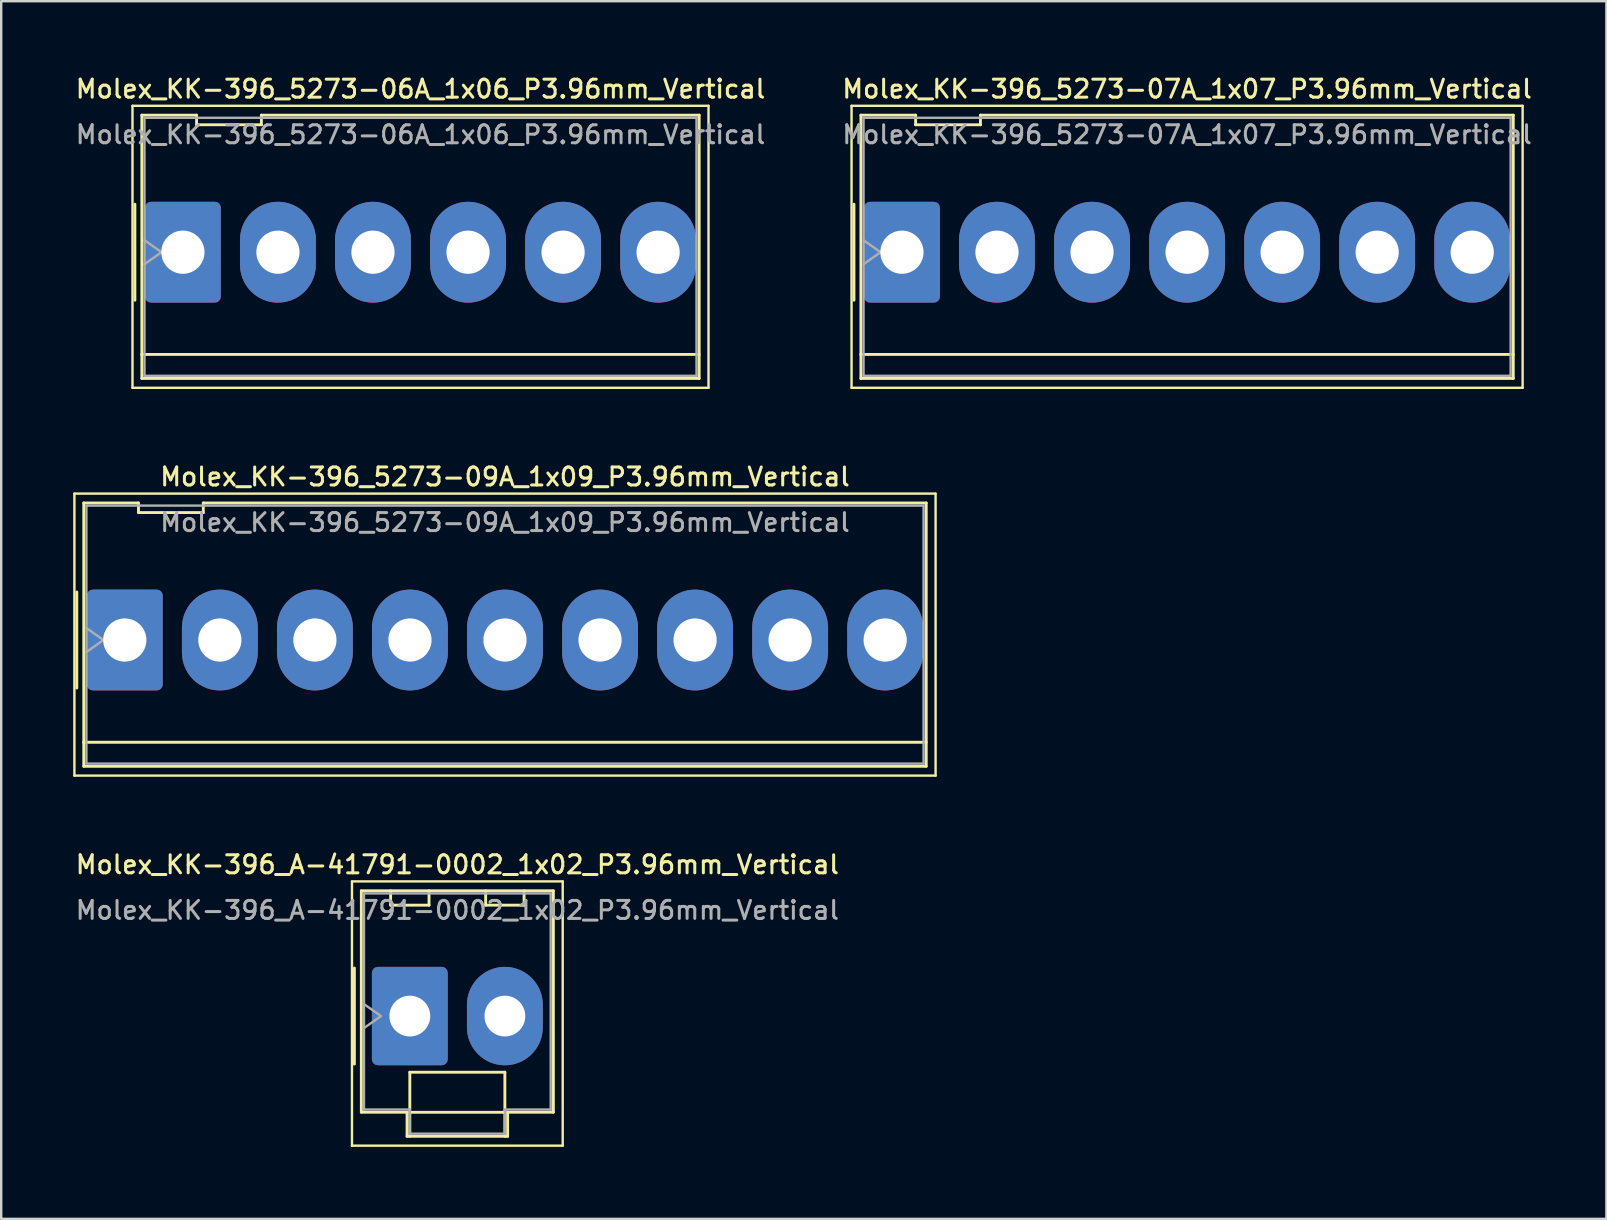
<source format=kicad_pcb>
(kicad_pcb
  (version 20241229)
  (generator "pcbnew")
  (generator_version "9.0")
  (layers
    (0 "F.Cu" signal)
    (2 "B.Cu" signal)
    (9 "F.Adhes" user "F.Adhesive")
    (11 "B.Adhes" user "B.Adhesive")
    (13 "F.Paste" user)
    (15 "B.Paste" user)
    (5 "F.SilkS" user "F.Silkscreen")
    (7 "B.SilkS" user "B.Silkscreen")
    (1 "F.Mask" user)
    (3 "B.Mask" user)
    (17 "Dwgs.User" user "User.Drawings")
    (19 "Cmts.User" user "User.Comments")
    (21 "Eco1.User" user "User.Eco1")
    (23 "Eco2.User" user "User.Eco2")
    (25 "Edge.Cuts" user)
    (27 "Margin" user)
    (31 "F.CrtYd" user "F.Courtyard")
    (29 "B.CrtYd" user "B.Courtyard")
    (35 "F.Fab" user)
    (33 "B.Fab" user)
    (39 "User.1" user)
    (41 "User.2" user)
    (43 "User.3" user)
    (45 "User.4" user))
  (footprint "Molex_KK-396_5273-09A_1x09_P3.96mm_Vertical"
    (layer "F.Cu")
    (at 2.15 23.616)
    (property "Reference" "Molex_KK-396_5273-09A_1x09_P3.96mm_Vertical" (at 15.84 -6.8 0) (layer "F.SilkS") (effects (font (size 0.75 0.75) (thickness 0.125))))
    (attr through_hole)
    (fp_line (start -2.1 -6.1) (end -2.1 5.65) (stroke (width 0.1) (type solid)) (layer "F.SilkS"))
    (fp_line (start -2.1 5.65) (end 33.78 5.65) (stroke (width 0.1) (type solid)) (layer "F.SilkS"))
    (fp_line (start -2 -2) (end -2 2) (stroke (width 0.12) (type solid)) (layer "F.SilkS"))
    (fp_line (start -1.71 -5.71) (end 0.57 -5.71) (stroke (width 0.12) (type solid)) (layer "F.SilkS"))
    (fp_line (start -1.71 4.26) (end -1.71 -5.71) (stroke (width 0.12) (type solid)) (layer "F.SilkS"))
    (fp_line (start -1.71 4.26) (end 33.39 4.26) (stroke (width 0.12) (type solid)) (layer "F.SilkS"))
    (fp_line (start -1.71 5.26) (end -1.71 4.26) (stroke (width 0.12) (type solid)) (layer "F.SilkS"))
    (fp_line (start 0.57 -5.71) (end 0.57 -5.31) (stroke (width 0.12) (type solid)) (layer "F.SilkS"))
    (fp_line (start 0.57 -5.31) (end 3.27 -5.31) (stroke (width 0.12) (type solid)) (layer "F.SilkS"))
    (fp_line (start 3.27 -5.71) (end 33.39 -5.71) (stroke (width 0.12) (type solid)) (layer "F.SilkS"))
    (fp_line (start 3.27 -5.31) (end 3.27 -5.71) (stroke (width 0.12) (type solid)) (layer "F.SilkS"))
    (fp_line (start 33.39 -5.71) (end 33.39 5.26) (stroke (width 0.12) (type solid)) (layer "F.SilkS"))
    (fp_line (start 33.39 5.26) (end -1.71 5.26) (stroke (width 0.12) (type solid)) (layer "F.SilkS"))
    (fp_line (start 33.78 -6.1) (end -2.1 -6.1) (stroke (width 0.1) (type solid)) (layer "F.SilkS"))
    (fp_line (start 33.78 5.65) (end 33.78 -6.1) (stroke (width 0.1) (type solid)) (layer "F.SilkS"))
    (fp_line (start -1.6 -5.6) (end 33.28 -5.6) (stroke (width 0.1) (type solid)) (layer "F.Fab"))
    (fp_line (start -1.6 -0.5) (end -0.893 0) (stroke (width 0.1) (type solid)) (layer "F.Fab"))
    (fp_line (start -1.6 5.15) (end -1.6 -5.6) (stroke (width 0.1) (type solid)) (layer "F.Fab"))
    (fp_line (start -0.893 0) (end -1.6 0.5) (stroke (width 0.1) (type solid)) (layer "F.Fab"))
    (fp_line (start 33.28 -5.6) (end 33.28 5.15) (stroke (width 0.1) (type solid)) (layer "F.Fab"))
    (fp_line (start 33.28 5.15) (end -1.6 5.15) (stroke (width 0.1) (type solid)) (layer "F.Fab"))
    (fp_text user "${REFERENCE}" (at 15.84 -4.9 0) (layer "F.Fab") (effects (font (size 0.75 0.75) (thickness 0.125))))
    (pad "1" thru_hole roundrect (at 0 0) (size 3.16 4.2) (drill 1.8) (layers "*.Cu" "*.Mask") (roundrect_rratio 0.079))
    (pad "2" thru_hole oval (at 3.96 0) (size 3.16 4.2) (drill 1.8) (layers "*.Cu" "*.Mask"))
    (pad "3" thru_hole oval (at 7.92 0) (size 3.16 4.2) (drill 1.8) (layers "*.Cu" "*.Mask"))
    (pad "4" thru_hole oval (at 11.88 0) (size 3.16 4.2) (drill 1.8) (layers "*.Cu" "*.Mask"))
    (pad "5" thru_hole oval (at 15.84 0) (size 3.16 4.2) (drill 1.8) (layers "*.Cu" "*.Mask"))
    (pad "6" thru_hole oval (at 19.8 0) (size 3.16 4.2) (drill 1.8) (layers "*.Cu" "*.Mask"))
    (pad "7" thru_hole oval (at 23.76 0) (size 3.16 4.2) (drill 1.8) (layers "*.Cu" "*.Mask"))
    (pad "8" thru_hole oval (at 27.72 0) (size 3.16 4.2) (drill 1.8) (layers "*.Cu" "*.Mask"))
    (pad "9" thru_hole oval (at 31.68 0) (size 3.16 4.2) (drill 1.8) (layers "*.Cu" "*.Mask")))
  (footprint "Molex_KK-396_5273-06A_1x06_P3.96mm_Vertical"
    (layer "F.Cu")
    (at 4.57 7.458)
    (property "Reference" "Molex_KK-396_5273-06A_1x06_P3.96mm_Vertical" (at 9.9 -6.8 0) (layer "F.SilkS") (effects (font (size 0.75 0.75) (thickness 0.125))))
    (attr through_hole)
    (fp_line (start -2.1 -6.1) (end -2.1 5.65) (stroke (width 0.1) (type solid)) (layer "F.SilkS"))
    (fp_line (start -2.1 5.65) (end 21.9 5.65) (stroke (width 0.1) (type solid)) (layer "F.SilkS"))
    (fp_line (start -2 -2) (end -2 2) (stroke (width 0.12) (type solid)) (layer "F.SilkS"))
    (fp_line (start -1.71 -5.71) (end 0.57 -5.71) (stroke (width 0.12) (type solid)) (layer "F.SilkS"))
    (fp_line (start -1.71 4.26) (end -1.71 -5.71) (stroke (width 0.12) (type solid)) (layer "F.SilkS"))
    (fp_line (start -1.71 4.26) (end 21.51 4.26) (stroke (width 0.12) (type solid)) (layer "F.SilkS"))
    (fp_line (start -1.71 5.26) (end -1.71 4.26) (stroke (width 0.12) (type solid)) (layer "F.SilkS"))
    (fp_line (start 0.57 -5.71) (end 0.57 -5.31) (stroke (width 0.12) (type solid)) (layer "F.SilkS"))
    (fp_line (start 0.57 -5.31) (end 3.27 -5.31) (stroke (width 0.12) (type solid)) (layer "F.SilkS"))
    (fp_line (start 3.27 -5.71) (end 21.51 -5.71) (stroke (width 0.12) (type solid)) (layer "F.SilkS"))
    (fp_line (start 3.27 -5.31) (end 3.27 -5.71) (stroke (width 0.12) (type solid)) (layer "F.SilkS"))
    (fp_line (start 21.51 -5.71) (end 21.51 5.26) (stroke (width 0.12) (type solid)) (layer "F.SilkS"))
    (fp_line (start 21.51 5.26) (end -1.71 5.26) (stroke (width 0.12) (type solid)) (layer "F.SilkS"))
    (fp_line (start 21.9 -6.1) (end -2.1 -6.1) (stroke (width 0.1) (type solid)) (layer "F.SilkS"))
    (fp_line (start 21.9 5.65) (end 21.9 -6.1) (stroke (width 0.1) (type solid)) (layer "F.SilkS"))
    (fp_line (start -1.6 -5.6) (end 21.4 -5.6) (stroke (width 0.1) (type solid)) (layer "F.Fab"))
    (fp_line (start -1.6 -0.5) (end -0.893 0) (stroke (width 0.1) (type solid)) (layer "F.Fab"))
    (fp_line (start -1.6 5.15) (end -1.6 -5.6) (stroke (width 0.1) (type solid)) (layer "F.Fab"))
    (fp_line (start -0.893 0) (end -1.6 0.5) (stroke (width 0.1) (type solid)) (layer "F.Fab"))
    (fp_line (start 21.4 -5.6) (end 21.4 5.15) (stroke (width 0.1) (type solid)) (layer "F.Fab"))
    (fp_line (start 21.4 5.15) (end -1.6 5.15) (stroke (width 0.1) (type solid)) (layer "F.Fab"))
    (fp_text user "${REFERENCE}" (at 9.9 -4.9 0) (layer "F.Fab") (effects (font (size 0.75 0.75) (thickness 0.125))))
    (pad "1" thru_hole roundrect (at 0 0) (size 3.16 4.2) (drill 1.8) (layers "*.Cu" "*.Mask") (roundrect_rratio 0.079))
    (pad "2" thru_hole oval (at 3.96 0) (size 3.16 4.2) (drill 1.8) (layers "*.Cu" "*.Mask"))
    (pad "3" thru_hole oval (at 7.92 0) (size 3.16 4.2) (drill 1.8) (layers "*.Cu" "*.Mask"))
    (pad "4" thru_hole oval (at 11.88 0) (size 3.16 4.2) (drill 1.8) (layers "*.Cu" "*.Mask"))
    (pad "5" thru_hole oval (at 15.84 0) (size 3.16 4.2) (drill 1.8) (layers "*.Cu" "*.Mask"))
    (pad "6" thru_hole oval (at 19.8 0) (size 3.16 4.2) (drill 1.8) (layers "*.Cu" "*.Mask")))
  (footprint "Molex_KK-396_A-41791-0002_1x02_P3.96mm_Vertical"
    (layer "F.Cu")
    (at 14.025 39.284)
    (property "Reference" "Molex_KK-396_A-41791-0002_1x02_P3.96mm_Vertical" (at 1.98 -6.31 0) (layer "F.SilkS") (effects (font (size 0.75 0.75) (thickness 0.125))))
    (attr through_hole)
    (fp_line (start -2.41 -5.61) (end -2.41 5.4) (stroke (width 0.1) (type solid)) (layer "F.SilkS"))
    (fp_line (start -2.41 5.4) (end 6.37 5.4) (stroke (width 0.1) (type solid)) (layer "F.SilkS"))
    (fp_line (start -2.31 -2) (end -2.31 2) (stroke (width 0.12) (type solid)) (layer "F.SilkS"))
    (fp_line (start -2.02 -5.22) (end 5.98 -5.22) (stroke (width 0.12) (type solid)) (layer "F.SilkS"))
    (fp_line (start -2.02 4.005) (end -2.02 -5.22) (stroke (width 0.12) (type solid)) (layer "F.SilkS"))
    (fp_line (start -0.8 -5.22) (end -0.8 -4.62) (stroke (width 0.12) (type solid)) (layer "F.SilkS"))
    (fp_line (start -0.8 -4.62) (end 0.8 -4.62) (stroke (width 0.12) (type solid)) (layer "F.SilkS"))
    (fp_line (start -0.115 4.005) (end -2.02 4.005) (stroke (width 0.12) (type solid)) (layer "F.SilkS"))
    (fp_line (start -0.115 5.01) (end -0.115 4.005) (stroke (width 0.12) (type solid)) (layer "F.SilkS"))
    (fp_line (start 0 2.34) (end 3.96 2.34) (stroke (width 0.12) (type solid)) (layer "F.SilkS"))
    (fp_line (start 0 4.01) (end 0 2.34) (stroke (width 0.12) (type solid)) (layer "F.SilkS"))
    (fp_line (start 0 4.01) (end 3.96 4.01) (stroke (width 0.12) (type solid)) (layer "F.SilkS"))
    (fp_line (start 0 5.01) (end 0 4.01) (stroke (width 0.12) (type solid)) (layer "F.SilkS"))
    (fp_line (start 0.8 -4.62) (end 0.8 -5.22) (stroke (width 0.12) (type solid)) (layer "F.SilkS"))
    (fp_line (start 3.16 -5.22) (end 3.16 -4.62) (stroke (width 0.12) (type solid)) (layer "F.SilkS"))
    (fp_line (start 3.16 -4.62) (end 4.76 -4.62) (stroke (width 0.12) (type solid)) (layer "F.SilkS"))
    (fp_line (start 3.96 2.34) (end 3.96 4.01) (stroke (width 0.12) (type solid)) (layer "F.SilkS"))
    (fp_line (start 3.96 4.01) (end 3.96 5.01) (stroke (width 0.12) (type solid)) (layer "F.SilkS"))
    (fp_line (start 4.075 4.005) (end 4.075 5.01) (stroke (width 0.12) (type solid)) (layer "F.SilkS"))
    (fp_line (start 4.075 5.01) (end -0.115 5.01) (stroke (width 0.12) (type solid)) (layer "F.SilkS"))
    (fp_line (start 4.76 -4.62) (end 4.76 -5.22) (stroke (width 0.12) (type solid)) (layer "F.SilkS"))
    (fp_line (start 5.98 -5.22) (end 5.98 4.005) (stroke (width 0.12) (type solid)) (layer "F.SilkS"))
    (fp_line (start 5.98 4.005) (end 4.075 4.005) (stroke (width 0.12) (type solid)) (layer "F.SilkS"))
    (fp_line (start 6.37 -5.61) (end -2.41 -5.61) (stroke (width 0.1) (type solid)) (layer "F.SilkS"))
    (fp_line (start 6.37 5.4) (end 6.37 -5.61) (stroke (width 0.1) (type solid)) (layer "F.SilkS"))
    (fp_line (start -1.91 -5.11) (end 5.87 -5.11) (stroke (width 0.1) (type solid)) (layer "F.Fab"))
    (fp_line (start -1.91 -0.5) (end -1.203 0) (stroke (width 0.1) (type solid)) (layer "F.Fab"))
    (fp_line (start -1.91 3.895) (end -1.91 -5.11) (stroke (width 0.1) (type solid)) (layer "F.Fab"))
    (fp_line (start -1.203 0) (end -1.91 0.5) (stroke (width 0.1) (type solid)) (layer "F.Fab"))
    (fp_line (start -0.005 3.895) (end -1.91 3.895) (stroke (width 0.1) (type solid)) (layer "F.Fab"))
    (fp_line (start -0.005 4.9) (end -0.005 3.895) (stroke (width 0.1) (type solid)) (layer "F.Fab"))
    (fp_line (start 3.965 3.895) (end 3.965 4.9) (stroke (width 0.1) (type solid)) (layer "F.Fab"))
    (fp_line (start 3.965 4.9) (end -0.005 4.9) (stroke (width 0.1) (type solid)) (layer "F.Fab"))
    (fp_line (start 5.87 -5.11) (end 5.87 3.895) (stroke (width 0.1) (type solid)) (layer "F.Fab"))
    (fp_line (start 5.87 3.895) (end 3.965 3.895) (stroke (width 0.1) (type solid)) (layer "F.Fab"))
    (fp_text user "${REFERENCE}" (at 1.98 -4.41 0) (layer "F.Fab") (effects (font (size 0.75 0.75) (thickness 0.125))))
    (pad "1" thru_hole roundrect (at 0 0) (size 3.16 4.1) (drill 1.7) (layers "*.Cu" "*.Mask") (roundrect_rratio 0.079))
    (pad "2" thru_hole oval (at 3.96 0) (size 3.16 4.1) (drill 1.7) (layers "*.Cu" "*.Mask")))
  (footprint "Molex_KK-396_5273-07A_1x07_P3.96mm_Vertical"
    (layer "F.Cu")
    (at 34.529 7.458)
    (property "Reference" "Molex_KK-396_5273-07A_1x07_P3.96mm_Vertical" (at 11.88 -6.8 0) (layer "F.SilkS") (effects (font (size 0.75 0.75) (thickness 0.125))))
    (attr through_hole)
    (fp_line (start -2.1 -6.1) (end -2.1 5.65) (stroke (width 0.1) (type solid)) (layer "F.SilkS"))
    (fp_line (start -2.1 5.65) (end 25.86 5.65) (stroke (width 0.1) (type solid)) (layer "F.SilkS"))
    (fp_line (start -2 -2) (end -2 2) (stroke (width 0.12) (type solid)) (layer "F.SilkS"))
    (fp_line (start -1.71 -5.71) (end 0.57 -5.71) (stroke (width 0.12) (type solid)) (layer "F.SilkS"))
    (fp_line (start -1.71 4.26) (end -1.71 -5.71) (stroke (width 0.12) (type solid)) (layer "F.SilkS"))
    (fp_line (start -1.71 4.26) (end 25.47 4.26) (stroke (width 0.12) (type solid)) (layer "F.SilkS"))
    (fp_line (start -1.71 5.26) (end -1.71 4.26) (stroke (width 0.12) (type solid)) (layer "F.SilkS"))
    (fp_line (start 0.57 -5.71) (end 0.57 -5.31) (stroke (width 0.12) (type solid)) (layer "F.SilkS"))
    (fp_line (start 0.57 -5.31) (end 3.27 -5.31) (stroke (width 0.12) (type solid)) (layer "F.SilkS"))
    (fp_line (start 3.27 -5.71) (end 25.47 -5.71) (stroke (width 0.12) (type solid)) (layer "F.SilkS"))
    (fp_line (start 3.27 -5.31) (end 3.27 -5.71) (stroke (width 0.12) (type solid)) (layer "F.SilkS"))
    (fp_line (start 25.47 -5.71) (end 25.47 5.26) (stroke (width 0.12) (type solid)) (layer "F.SilkS"))
    (fp_line (start 25.47 5.26) (end -1.71 5.26) (stroke (width 0.12) (type solid)) (layer "F.SilkS"))
    (fp_line (start 25.86 -6.1) (end -2.1 -6.1) (stroke (width 0.1) (type solid)) (layer "F.SilkS"))
    (fp_line (start 25.86 5.65) (end 25.86 -6.1) (stroke (width 0.1) (type solid)) (layer "F.SilkS"))
    (fp_line (start -1.6 -5.6) (end 25.36 -5.6) (stroke (width 0.1) (type solid)) (layer "F.Fab"))
    (fp_line (start -1.6 -0.5) (end -0.893 0) (stroke (width 0.1) (type solid)) (layer "F.Fab"))
    (fp_line (start -1.6 5.15) (end -1.6 -5.6) (stroke (width 0.1) (type solid)) (layer "F.Fab"))
    (fp_line (start -0.893 0) (end -1.6 0.5) (stroke (width 0.1) (type solid)) (layer "F.Fab"))
    (fp_line (start 25.36 -5.6) (end 25.36 5.15) (stroke (width 0.1) (type solid)) (layer "F.Fab"))
    (fp_line (start 25.36 5.15) (end -1.6 5.15) (stroke (width 0.1) (type solid)) (layer "F.Fab"))
    (fp_text user "${REFERENCE}" (at 11.88 -4.9 0) (layer "F.Fab") (effects (font (size 0.75 0.75) (thickness 0.125))))
    (pad "1" thru_hole roundrect (at 0 0) (size 3.16 4.2) (drill 1.8) (layers "*.Cu" "*.Mask") (roundrect_rratio 0.079))
    (pad "2" thru_hole oval (at 3.96 0) (size 3.16 4.2) (drill 1.8) (layers "*.Cu" "*.Mask"))
    (pad "3" thru_hole oval (at 7.92 0) (size 3.16 4.2) (drill 1.8) (layers "*.Cu" "*.Mask"))
    (pad "4" thru_hole oval (at 11.88 0) (size 3.16 4.2) (drill 1.8) (layers "*.Cu" "*.Mask"))
    (pad "5" thru_hole oval (at 15.84 0) (size 3.16 4.2) (drill 1.8) (layers "*.Cu" "*.Mask"))
    (pad "6" thru_hole oval (at 19.8 0) (size 3.16 4.2) (drill 1.8) (layers "*.Cu" "*.Mask"))
    (pad "7" thru_hole oval (at 23.76 0) (size 3.16 4.2) (drill 1.8) (layers "*.Cu" "*.Mask")))
  (gr_rect
    (start -3 -3)
    (end 63.879 47.734)
    (stroke (width 0.1) (type default))
    (fill no)
    (layer "Edge.Cuts")))
</source>
